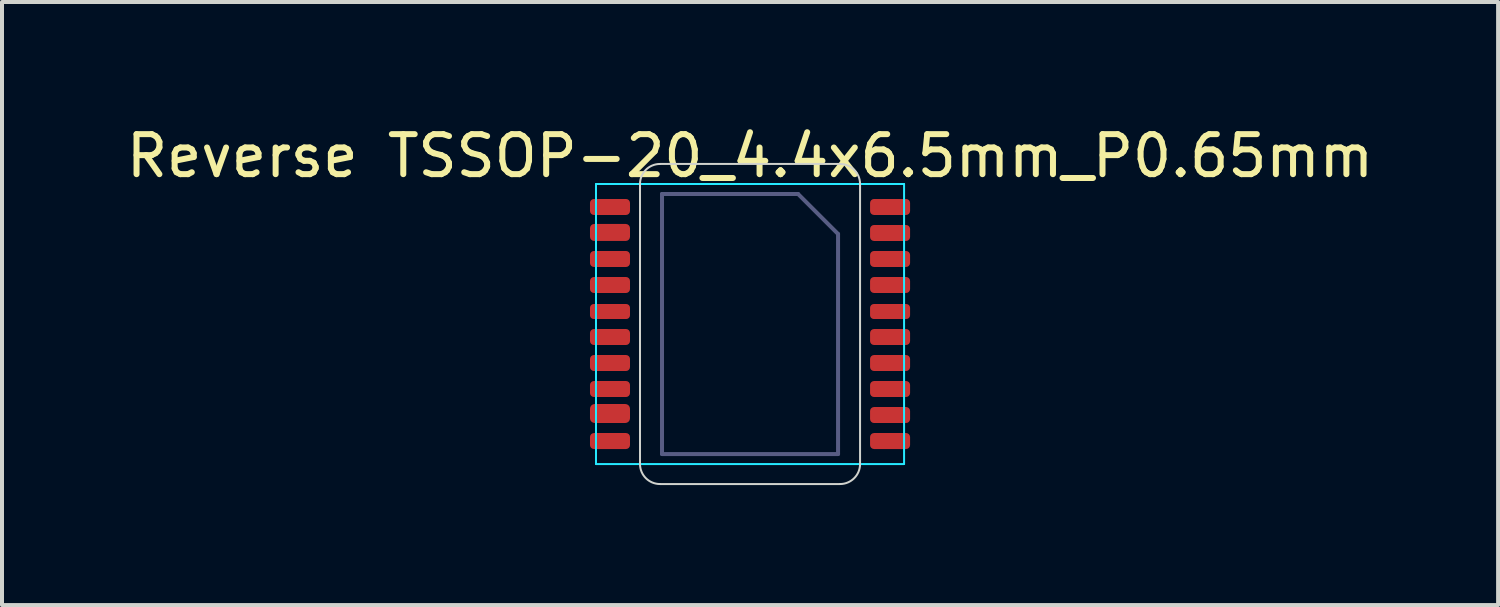
<source format=kicad_pcb>
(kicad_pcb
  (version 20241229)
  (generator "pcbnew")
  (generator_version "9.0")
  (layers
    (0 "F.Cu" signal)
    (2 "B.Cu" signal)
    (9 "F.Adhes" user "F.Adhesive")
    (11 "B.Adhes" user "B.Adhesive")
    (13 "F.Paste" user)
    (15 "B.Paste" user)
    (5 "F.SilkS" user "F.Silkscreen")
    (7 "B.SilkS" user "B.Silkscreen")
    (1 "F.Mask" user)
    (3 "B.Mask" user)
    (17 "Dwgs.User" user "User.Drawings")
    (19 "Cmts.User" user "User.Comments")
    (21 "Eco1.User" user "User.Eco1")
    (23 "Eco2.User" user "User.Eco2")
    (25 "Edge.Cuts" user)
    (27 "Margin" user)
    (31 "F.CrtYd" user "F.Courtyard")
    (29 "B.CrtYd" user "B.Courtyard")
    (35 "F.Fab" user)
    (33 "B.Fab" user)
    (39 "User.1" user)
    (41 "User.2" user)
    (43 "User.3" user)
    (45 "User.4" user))
  (footprint "Reverse TSSOP-20_4.4x6.5mm_P0.65mm"
    (layer "F.Cu")
    (at 15.696 5.048)
    (property "Reference" "Reverse TSSOP-20_4.4x6.5mm_P0.65mm" (at 0 -4.2 0) (layer "F.SilkS") (effects (font (size 1 1) (thickness 0.15))))
    (attr smd)
    (fp_line (start -2.75 3.5) (end -2.75 -3.5) (stroke (width 0.05) (type default)) (layer "Edge.Cuts"))
    (fp_line (start -2.25 -4) (end 2.25 -4) (stroke (width 0.05) (type default)) (layer "Edge.Cuts"))
    (fp_line (start 2.25 4) (end -2.25 4) (stroke (width 0.05) (type default)) (layer "Edge.Cuts"))
    (fp_line (start 2.75 -3.5) (end 2.75 3.5) (stroke (width 0.05) (type default)) (layer "Edge.Cuts"))
    (fp_arc (start -2.75 -3.5) (mid -2.603553 -3.853553) (end -2.25 -4) (stroke (width 0.05) (type default)) (layer "Edge.Cuts"))
    (fp_arc (start -2.25 4) (mid -2.603553 3.853553) (end -2.75 3.5) (stroke (width 0.05) (type default)) (layer "Edge.Cuts"))
    (fp_arc (start 2.25 -4) (mid 2.603553 -3.853553) (end 2.75 -3.5) (stroke (width 0.05) (type default)) (layer "Edge.Cuts"))
    (fp_arc (start 2.75 3.5) (mid 2.603553 3.853553) (end 2.25 4) (stroke (width 0.05) (type default)) (layer "Edge.Cuts"))
    (fp_line (start -3.85 -3.5) (end 3.85 -3.5) (stroke (width 0.05) (type solid)) (layer "B.CrtYd"))
    (fp_line (start -3.85 3.5) (end -3.85 -3.5) (stroke (width 0.05) (type solid)) (layer "B.CrtYd"))
    (fp_line (start 3.85 -3.5) (end 3.85 3.5) (stroke (width 0.05) (type solid)) (layer "B.CrtYd"))
    (fp_line (start 3.85 3.5) (end -3.85 3.5) (stroke (width 0.05) (type solid)) (layer "B.CrtYd"))
    (fp_line (start -2.2 -3.25) (end -2.2 3.25) (stroke (width 0.1) (type solid)) (layer "B.Fab"))
    (fp_line (start -2.2 3.25) (end 2.2 3.25) (stroke (width 0.1) (type solid)) (layer "B.Fab"))
    (fp_line (start 1.2 -3.25) (end -2.2 -3.25) (stroke (width 0.1) (type solid)) (layer "B.Fab"))
    (fp_line (start 2.2 -2.25) (end 1.2 -3.25) (stroke (width 0.1) (type solid)) (layer "B.Fab"))
    (fp_line (start 2.2 3.25) (end 2.2 -2.25) (stroke (width 0.1) (type solid)) (layer "B.Fab"))
    (pad "1" smd roundrect (at 3.5 -2.925) (size 1 0.4) (layers "F.Cu" "F.Mask" "F.Paste") (roundrect_rratio 0.25))
    (pad "2" smd roundrect (at 3.5 -2.275) (size 1 0.4) (layers "F.Cu" "F.Mask" "F.Paste") (roundrect_rratio 0.25))
    (pad "3" smd roundrect (at 3.5 -1.625) (size 1 0.4) (layers "F.Cu" "F.Mask" "F.Paste") (roundrect_rratio 0.25))
    (pad "4" smd roundrect (at 3.5 -0.975) (size 1 0.4) (layers "F.Cu" "F.Mask" "F.Paste") (roundrect_rratio 0.25))
    (pad "5" smd roundrect (at 3.5 -0.312) (size 1 0.375) (layers "F.Cu" "F.Mask" "F.Paste") (roundrect_rratio 0.25))
    (pad "6" smd roundrect (at 3.5 0.325) (size 1 0.4) (layers "F.Cu" "F.Mask" "F.Paste") (roundrect_rratio 0.25))
    (pad "7" smd roundrect (at 3.5 0.975) (size 1 0.4) (layers "F.Cu" "F.Mask" "F.Paste") (roundrect_rratio 0.25))
    (pad "8" smd roundrect (at 3.5 1.625) (size 1 0.4) (layers "F.Cu" "F.Mask" "F.Paste") (roundrect_rratio 0.25))
    (pad "9" smd roundrect (at 3.5 2.275) (size 1 0.4) (layers "F.Cu" "F.Mask" "F.Paste") (roundrect_rratio 0.25))
    (pad "10" smd roundrect (at 3.5 2.925) (size 1 0.4) (layers "F.Cu" "F.Mask" "F.Paste") (roundrect_rratio 0.25))
    (pad "11" smd roundrect (at -3.5 2.925) (size 1 0.4) (layers "F.Cu" "F.Mask" "F.Paste") (roundrect_rratio 0.25))
    (pad "12" smd roundrect (at -3.5 2.237) (size 1 0.475) (layers "F.Cu" "F.Mask" "F.Paste") (roundrect_rratio 0.25))
    (pad "13" smd roundrect (at -3.5 1.625) (size 1 0.4) (layers "F.Cu" "F.Mask" "F.Paste") (roundrect_rratio 0.25))
    (pad "14" smd roundrect (at -3.5 0.975) (size 1 0.4) (layers "F.Cu" "F.Mask" "F.Paste") (roundrect_rratio 0.25))
    (pad "15" smd roundrect (at -3.5 0.325) (size 1 0.4) (layers "F.Cu" "F.Mask" "F.Paste") (roundrect_rratio 0.25))
    (pad "16" smd roundrect (at -3.5 -0.312) (size 1 0.375) (layers "F.Cu" "F.Mask" "F.Paste") (roundrect_rratio 0.25))
    (pad "17" smd roundrect (at -3.5 -0.975) (size 1 0.4) (layers "F.Cu" "F.Mask" "F.Paste") (roundrect_rratio 0.25))
    (pad "18" smd roundrect (at -3.5 -1.625) (size 1 0.4) (layers "F.Cu" "F.Mask" "F.Paste") (roundrect_rratio 0.25))
    (pad "19" smd roundrect (at -3.5 -2.288) (size 1 0.425) (layers "F.Cu" "F.Mask" "F.Paste") (roundrect_rratio 0.25))
    (pad "20" smd roundrect (at -3.5 -2.925) (size 1 0.4) (layers "F.Cu" "F.Mask" "F.Paste") (roundrect_rratio 0.25)))
  (gr_rect
    (start -3 -3)
    (end 34.393 12.073)
    (stroke (width 0.1) (type default))
    (fill no)
    (layer "Edge.Cuts")))
</source>
